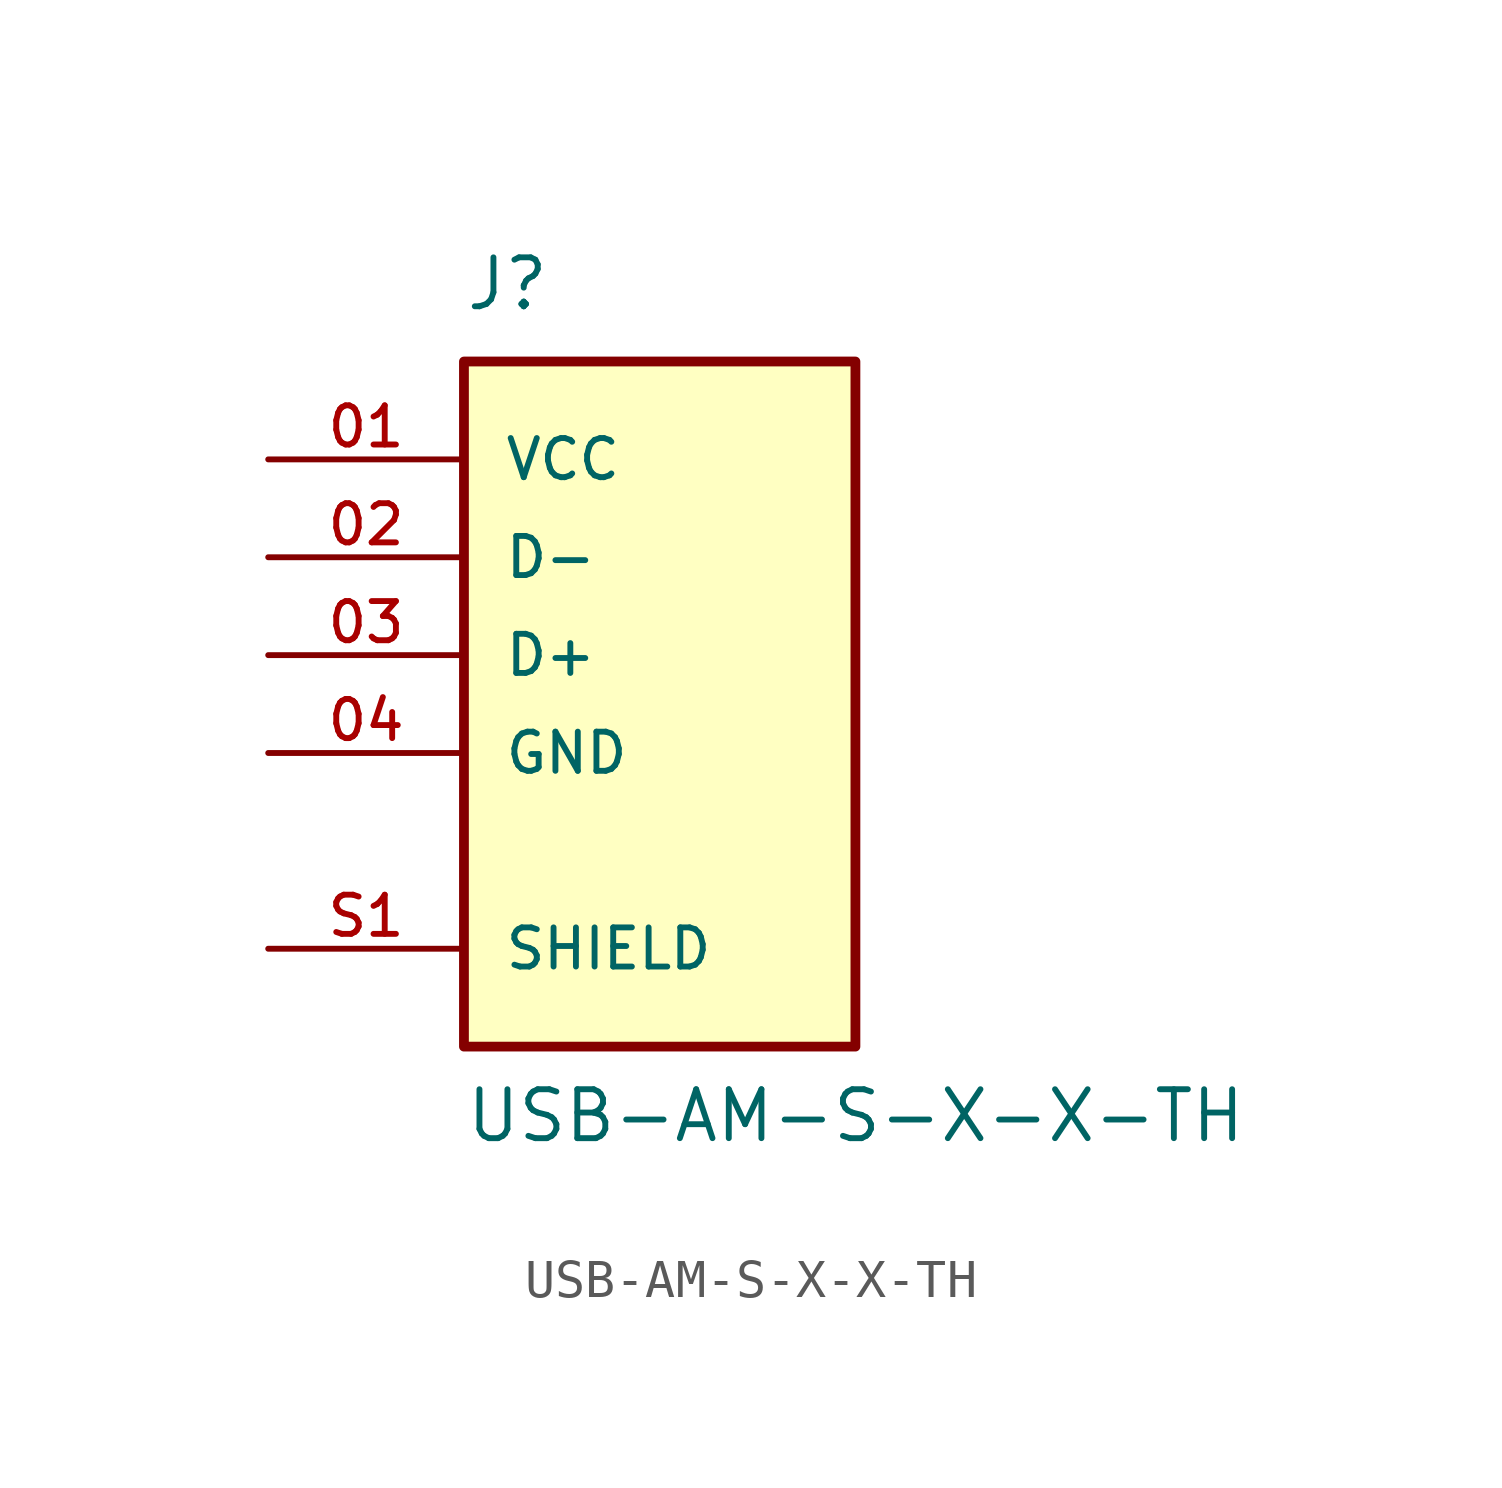
<source format=kicad_sym>
(kicad_symbol_lib
  (version 20211014)
  (generator kicad_symbol_editor)
  (symbol "USB-AM-S-X-X-TH"
    (pin_names
      (offset 1.016))
    (property "Reference" "J"
      (at -5.08 8.89 0)
      (effects (font (size 1.27 1.27)) (justify bottom left)))
    (property "Value" "USB-AM-S-X-X-TH"
      (at -5.08 -12.7 0)
      (effects (font (size 1.27 1.27)) (justify bottom left)))
    (symbol "USB-AM-S-X-X-TH_0_0"
      (rectangle (start -5.08 -10.16) (end 5.08 7.62) (stroke (width 0.254)) (fill (type background)))
      (pin power_in line (at -10.16 5.08 0) (length 5.08) (name "VCC" (effects (font (size 1.016 1.016)))) (number "01" (effects (font (size 1.016 1.016)))))
      (pin bidirectional line (at -10.16 2.54 0) (length 5.08) (name "D-" (effects (font (size 1.016 1.016)))) (number "02" (effects (font (size 1.016 1.016)))))
      (pin bidirectional line (at -10.16 0.0 0) (length 5.08) (name "D+" (effects (font (size 1.016 1.016)))) (number "03" (effects (font (size 1.016 1.016)))))
      (pin power_in line (at -10.16 -2.54 0) (length 5.08) (name "GND" (effects (font (size 1.016 1.016)))) (number "04" (effects (font (size 1.016 1.016)))))
      (pin passive line (at -10.16 -7.62 0) (length 5.08) (name "SHIELD" (effects (font (size 1.016 1.016)))) (number "S1" (effects (font (size 1.016 1.016)))))
      (pin passive line (at -10.16 -7.62 0) (length 5.08) hide (name "SHIELD" (effects (font (size 1.016 1.016)))) (number "S2" (effects (font (size 1.016 1.016))))))))
</source>
